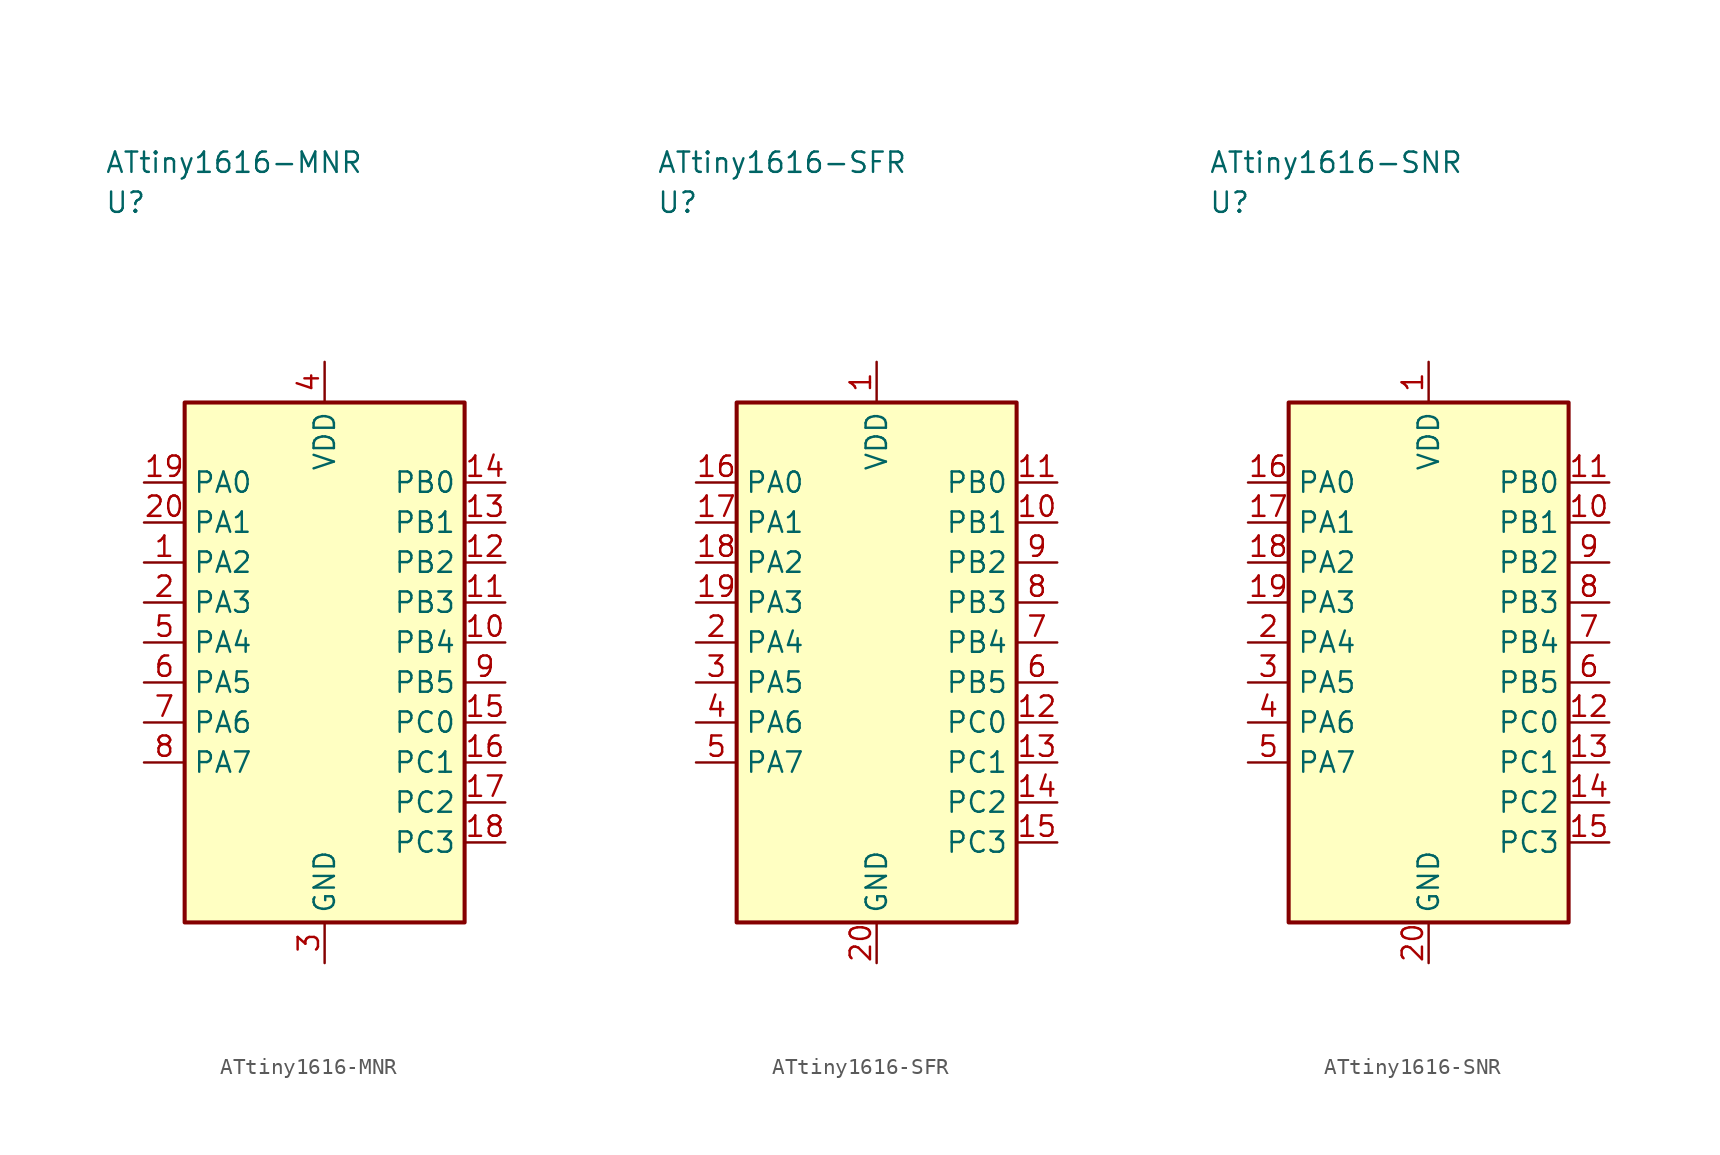
<source format=kicad_sym>
(kicad_symbol_lib
  (version 20241025)
  (generator "kicad_symbol_editor")
  (generator_version "8.0")
  (symbol "ATtiny1616-MNR"
    (property "Reference" "U"
      (at -13.75 28.75 0)
      (effects (font (size 1.27 1.27)) (justify left)))
    (property "Value" "ATtiny1616-MNR"
      (at -13.75 31.25 0)
      (effects (font (size 1.27 1.27)) (justify left)))
    (symbol "ATtiny1616-MNR_0_1"
      (rectangle (start -8.75 16.25) (end 8.75 -16.25) (stroke (width 0.254) (type default)) (fill (type background))))
    (symbol "ATtiny1616-MNR_1_1"
      (pin bidirectional line (at -11.29 6.25 0.0) (length 2.54) (name "PA2" (effects (font (size 1.27 1.27)))) (number "1" (effects (font (size 1.27 1.27)))))
      (pin bidirectional line (at -11.29 3.75 0.0) (length 2.54) (name "PA3" (effects (font (size 1.27 1.27)))) (number "2" (effects (font (size 1.27 1.27)))))
      (pin passive line (at 0.0 -18.79 90.0) (length 2.54) (name "GND" (effects (font (size 1.27 1.27)))) (number "3" (effects (font (size 1.27 1.27)))))
      (pin power_in line (at 0.0 18.79 270.0) (length 2.54) (name "VDD" (effects (font (size 1.27 1.27)))) (number "4" (effects (font (size 1.27 1.27)))))
      (pin bidirectional line (at -11.29 1.25 0.0) (length 2.54) (name "PA4" (effects (font (size 1.27 1.27)))) (number "5" (effects (font (size 1.27 1.27)))))
      (pin bidirectional line (at -11.29 -1.25 0.0) (length 2.54) (name "PA5" (effects (font (size 1.27 1.27)))) (number "6" (effects (font (size 1.27 1.27)))))
      (pin bidirectional line (at -11.29 -3.75 0.0) (length 2.54) (name "PA6" (effects (font (size 1.27 1.27)))) (number "7" (effects (font (size 1.27 1.27)))))
      (pin bidirectional line (at -11.29 -6.25 0.0) (length 2.54) (name "PA7" (effects (font (size 1.27 1.27)))) (number "8" (effects (font (size 1.27 1.27)))))
      (pin bidirectional line (at 11.29 -1.25 180.0) (length 2.54) (name "PB5" (effects (font (size 1.27 1.27)))) (number "9" (effects (font (size 1.27 1.27)))))
      (pin bidirectional line (at 11.29 1.25 180.0) (length 2.54) (name "PB4" (effects (font (size 1.27 1.27)))) (number "10" (effects (font (size 1.27 1.27)))))
      (pin bidirectional line (at 11.29 3.75 180.0) (length 2.54) (name "PB3" (effects (font (size 1.27 1.27)))) (number "11" (effects (font (size 1.27 1.27)))))
      (pin bidirectional line (at 11.29 6.25 180.0) (length 2.54) (name "PB2" (effects (font (size 1.27 1.27)))) (number "12" (effects (font (size 1.27 1.27)))))
      (pin bidirectional line (at 11.29 8.75 180.0) (length 2.54) (name "PB1" (effects (font (size 1.27 1.27)))) (number "13" (effects (font (size 1.27 1.27)))))
      (pin bidirectional line (at 11.29 11.25 180.0) (length 2.54) (name "PB0" (effects (font (size 1.27 1.27)))) (number "14" (effects (font (size 1.27 1.27)))))
      (pin bidirectional line (at 11.29 -3.75 180.0) (length 2.54) (name "PC0" (effects (font (size 1.27 1.27)))) (number "15" (effects (font (size 1.27 1.27)))))
      (pin bidirectional line (at 11.29 -6.25 180.0) (length 2.54) (name "PC1" (effects (font (size 1.27 1.27)))) (number "16" (effects (font (size 1.27 1.27)))))
      (pin bidirectional line (at 11.29 -8.75 180.0) (length 2.54) (name "PC2" (effects (font (size 1.27 1.27)))) (number "17" (effects (font (size 1.27 1.27)))))
      (pin bidirectional line (at 11.29 -11.25 180.0) (length 2.54) (name "PC3" (effects (font (size 1.27 1.27)))) (number "18" (effects (font (size 1.27 1.27)))))
      (pin bidirectional line (at -11.29 11.25 0.0) (length 2.54) (name "PA0" (effects (font (size 1.27 1.27)))) (number "19" (effects (font (size 1.27 1.27)))))
      (pin bidirectional line (at -11.29 8.75 0.0) (length 2.54) (name "PA1" (effects (font (size 1.27 1.27)))) (number "20" (effects (font (size 1.27 1.27)))))))
  (symbol "ATtiny1616-SFR"
    (property "Reference" "U"
      (at -13.75 28.75 0)
      (effects (font (size 1.27 1.27)) (justify left)))
    (property "Value" "ATtiny1616-SFR"
      (at -13.75 31.25 0)
      (effects (font (size 1.27 1.27)) (justify left)))
    (symbol "ATtiny1616-SFR_0_1"
      (rectangle (start -8.75 16.25) (end 8.75 -16.25) (stroke (width 0.254) (type default)) (fill (type background))))
    (symbol "ATtiny1616-SFR_1_1"
      (pin power_in line (at 0.0 18.79 270.0) (length 2.54) (name "VDD" (effects (font (size 1.27 1.27)))) (number "1" (effects (font (size 1.27 1.27)))))
      (pin bidirectional line (at -11.29 1.25 0.0) (length 2.54) (name "PA4" (effects (font (size 1.27 1.27)))) (number "2" (effects (font (size 1.27 1.27)))))
      (pin bidirectional line (at -11.29 -1.25 0.0) (length 2.54) (name "PA5" (effects (font (size 1.27 1.27)))) (number "3" (effects (font (size 1.27 1.27)))))
      (pin bidirectional line (at -11.29 -3.75 0.0) (length 2.54) (name "PA6" (effects (font (size 1.27 1.27)))) (number "4" (effects (font (size 1.27 1.27)))))
      (pin bidirectional line (at -11.29 -6.25 0.0) (length 2.54) (name "PA7" (effects (font (size 1.27 1.27)))) (number "5" (effects (font (size 1.27 1.27)))))
      (pin bidirectional line (at 11.29 -1.25 180.0) (length 2.54) (name "PB5" (effects (font (size 1.27 1.27)))) (number "6" (effects (font (size 1.27 1.27)))))
      (pin bidirectional line (at 11.29 1.25 180.0) (length 2.54) (name "PB4" (effects (font (size 1.27 1.27)))) (number "7" (effects (font (size 1.27 1.27)))))
      (pin bidirectional line (at 11.29 3.75 180.0) (length 2.54) (name "PB3" (effects (font (size 1.27 1.27)))) (number "8" (effects (font (size 1.27 1.27)))))
      (pin bidirectional line (at 11.29 6.25 180.0) (length 2.54) (name "PB2" (effects (font (size 1.27 1.27)))) (number "9" (effects (font (size 1.27 1.27)))))
      (pin bidirectional line (at 11.29 8.75 180.0) (length 2.54) (name "PB1" (effects (font (size 1.27 1.27)))) (number "10" (effects (font (size 1.27 1.27)))))
      (pin bidirectional line (at 11.29 11.25 180.0) (length 2.54) (name "PB0" (effects (font (size 1.27 1.27)))) (number "11" (effects (font (size 1.27 1.27)))))
      (pin bidirectional line (at 11.29 -3.75 180.0) (length 2.54) (name "PC0" (effects (font (size 1.27 1.27)))) (number "12" (effects (font (size 1.27 1.27)))))
      (pin bidirectional line (at 11.29 -6.25 180.0) (length 2.54) (name "PC1" (effects (font (size 1.27 1.27)))) (number "13" (effects (font (size 1.27 1.27)))))
      (pin bidirectional line (at 11.29 -8.75 180.0) (length 2.54) (name "PC2" (effects (font (size 1.27 1.27)))) (number "14" (effects (font (size 1.27 1.27)))))
      (pin bidirectional line (at 11.29 -11.25 180.0) (length 2.54) (name "PC3" (effects (font (size 1.27 1.27)))) (number "15" (effects (font (size 1.27 1.27)))))
      (pin bidirectional line (at -11.29 11.25 0.0) (length 2.54) (name "PA0" (effects (font (size 1.27 1.27)))) (number "16" (effects (font (size 1.27 1.27)))))
      (pin bidirectional line (at -11.29 8.75 0.0) (length 2.54) (name "PA1" (effects (font (size 1.27 1.27)))) (number "17" (effects (font (size 1.27 1.27)))))
      (pin bidirectional line (at -11.29 6.25 0.0) (length 2.54) (name "PA2" (effects (font (size 1.27 1.27)))) (number "18" (effects (font (size 1.27 1.27)))))
      (pin bidirectional line (at -11.29 3.75 0.0) (length 2.54) (name "PA3" (effects (font (size 1.27 1.27)))) (number "19" (effects (font (size 1.27 1.27)))))
      (pin passive line (at 0.0 -18.79 90.0) (length 2.54) (name "GND" (effects (font (size 1.27 1.27)))) (number "20" (effects (font (size 1.27 1.27)))))))
  (symbol "ATtiny1616-SNR"
    (property "Reference" "U"
      (at -13.75 28.75 0)
      (effects (font (size 1.27 1.27)) (justify left)))
    (property "Value" "ATtiny1616-SNR"
      (at -13.75 31.25 0)
      (effects (font (size 1.27 1.27)) (justify left)))
    (symbol "ATtiny1616-SNR_0_1"
      (rectangle (start -8.75 16.25) (end 8.75 -16.25) (stroke (width 0.254) (type default)) (fill (type background))))
    (symbol "ATtiny1616-SNR_1_1"
      (pin power_in line (at 0.0 18.79 270.0) (length 2.54) (name "VDD" (effects (font (size 1.27 1.27)))) (number "1" (effects (font (size 1.27 1.27)))))
      (pin bidirectional line (at -11.29 1.25 0.0) (length 2.54) (name "PA4" (effects (font (size 1.27 1.27)))) (number "2" (effects (font (size 1.27 1.27)))))
      (pin bidirectional line (at -11.29 -1.25 0.0) (length 2.54) (name "PA5" (effects (font (size 1.27 1.27)))) (number "3" (effects (font (size 1.27 1.27)))))
      (pin bidirectional line (at -11.29 -3.75 0.0) (length 2.54) (name "PA6" (effects (font (size 1.27 1.27)))) (number "4" (effects (font (size 1.27 1.27)))))
      (pin bidirectional line (at -11.29 -6.25 0.0) (length 2.54) (name "PA7" (effects (font (size 1.27 1.27)))) (number "5" (effects (font (size 1.27 1.27)))))
      (pin bidirectional line (at 11.29 -1.25 180.0) (length 2.54) (name "PB5" (effects (font (size 1.27 1.27)))) (number "6" (effects (font (size 1.27 1.27)))))
      (pin bidirectional line (at 11.29 1.25 180.0) (length 2.54) (name "PB4" (effects (font (size 1.27 1.27)))) (number "7" (effects (font (size 1.27 1.27)))))
      (pin bidirectional line (at 11.29 3.75 180.0) (length 2.54) (name "PB3" (effects (font (size 1.27 1.27)))) (number "8" (effects (font (size 1.27 1.27)))))
      (pin bidirectional line (at 11.29 6.25 180.0) (length 2.54) (name "PB2" (effects (font (size 1.27 1.27)))) (number "9" (effects (font (size 1.27 1.27)))))
      (pin bidirectional line (at 11.29 8.75 180.0) (length 2.54) (name "PB1" (effects (font (size 1.27 1.27)))) (number "10" (effects (font (size 1.27 1.27)))))
      (pin bidirectional line (at 11.29 11.25 180.0) (length 2.54) (name "PB0" (effects (font (size 1.27 1.27)))) (number "11" (effects (font (size 1.27 1.27)))))
      (pin bidirectional line (at 11.29 -3.75 180.0) (length 2.54) (name "PC0" (effects (font (size 1.27 1.27)))) (number "12" (effects (font (size 1.27 1.27)))))
      (pin bidirectional line (at 11.29 -6.25 180.0) (length 2.54) (name "PC1" (effects (font (size 1.27 1.27)))) (number "13" (effects (font (size 1.27 1.27)))))
      (pin bidirectional line (at 11.29 -8.75 180.0) (length 2.54) (name "PC2" (effects (font (size 1.27 1.27)))) (number "14" (effects (font (size 1.27 1.27)))))
      (pin bidirectional line (at 11.29 -11.25 180.0) (length 2.54) (name "PC3" (effects (font (size 1.27 1.27)))) (number "15" (effects (font (size 1.27 1.27)))))
      (pin bidirectional line (at -11.29 11.25 0.0) (length 2.54) (name "PA0" (effects (font (size 1.27 1.27)))) (number "16" (effects (font (size 1.27 1.27)))))
      (pin bidirectional line (at -11.29 8.75 0.0) (length 2.54) (name "PA1" (effects (font (size 1.27 1.27)))) (number "17" (effects (font (size 1.27 1.27)))))
      (pin bidirectional line (at -11.29 6.25 0.0) (length 2.54) (name "PA2" (effects (font (size 1.27 1.27)))) (number "18" (effects (font (size 1.27 1.27)))))
      (pin bidirectional line (at -11.29 3.75 0.0) (length 2.54) (name "PA3" (effects (font (size 1.27 1.27)))) (number "19" (effects (font (size 1.27 1.27)))))
      (pin passive line (at 0.0 -18.79 90.0) (length 2.54) (name "GND" (effects (font (size 1.27 1.27)))) (number "20" (effects (font (size 1.27 1.27))))))))
</source>
